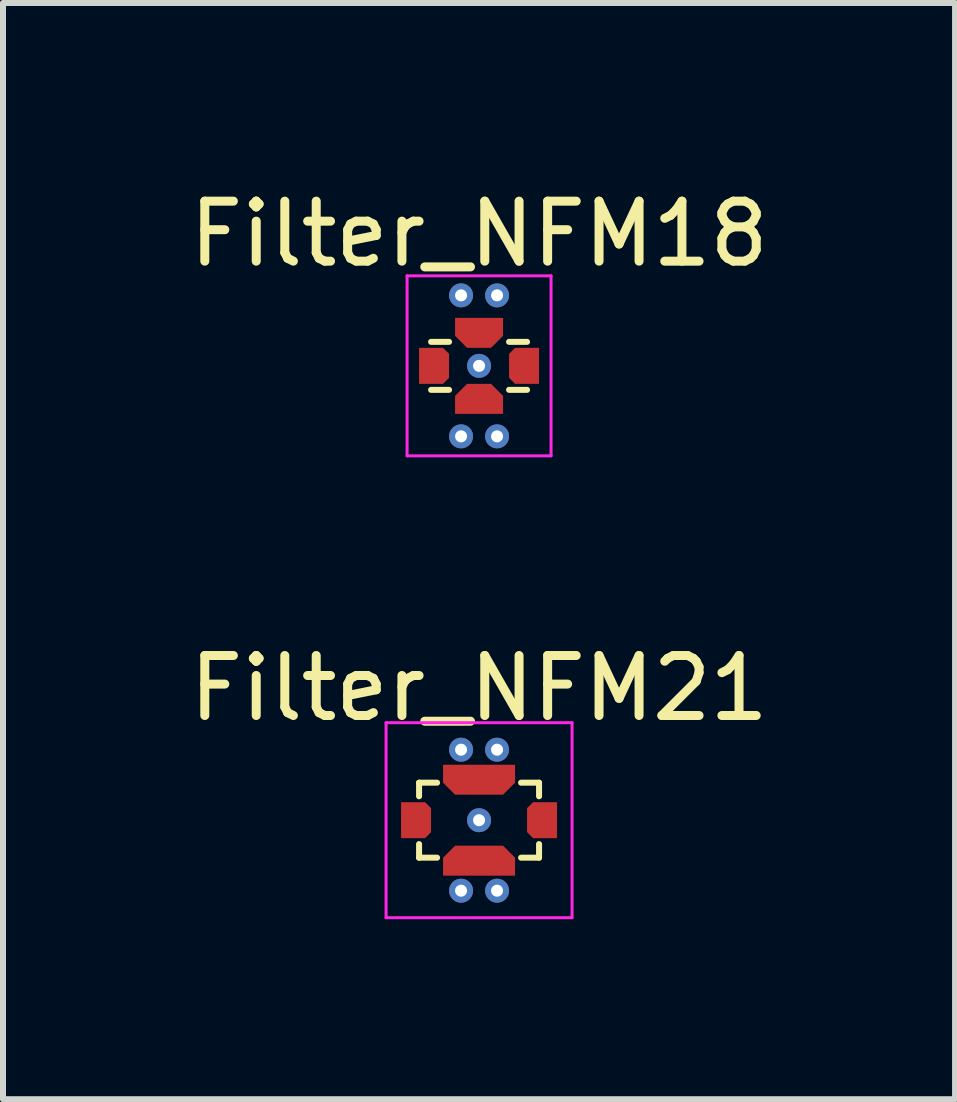
<source format=kicad_pcb>
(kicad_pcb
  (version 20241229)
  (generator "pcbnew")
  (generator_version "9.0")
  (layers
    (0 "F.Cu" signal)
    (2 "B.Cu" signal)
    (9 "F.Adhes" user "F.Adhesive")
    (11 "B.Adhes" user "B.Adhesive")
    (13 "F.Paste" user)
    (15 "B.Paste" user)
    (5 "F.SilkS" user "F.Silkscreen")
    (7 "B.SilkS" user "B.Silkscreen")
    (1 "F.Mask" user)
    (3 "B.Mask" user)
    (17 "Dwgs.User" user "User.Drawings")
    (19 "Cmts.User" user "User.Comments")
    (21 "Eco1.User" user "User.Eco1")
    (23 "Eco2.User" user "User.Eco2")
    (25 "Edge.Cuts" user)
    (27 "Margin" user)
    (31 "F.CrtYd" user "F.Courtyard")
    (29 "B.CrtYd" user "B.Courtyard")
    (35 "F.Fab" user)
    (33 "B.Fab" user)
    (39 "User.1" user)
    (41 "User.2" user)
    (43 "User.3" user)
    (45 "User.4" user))
  (footprint "Filter_NFM18"
    (layer "F.Cu")
    (at 4.935 3.048)
    (property "Reference" "Filter_NFM18" (at 0 -2.2 0) (layer "F.SilkS") (effects (font (size 1 1) (thickness 0.15))))
    (attr through_hole)
    (fp_line (start -0.8 0.4) (end -0.5 0.4) (stroke (width 0.1) (type solid)) (layer "F.SilkS"))
    (fp_line (start -0.5 -0.4) (end -0.8 -0.4) (stroke (width 0.1) (type solid)) (layer "F.SilkS"))
    (fp_line (start 0.5 -0.4) (end 0.8 -0.4) (stroke (width 0.1) (type solid)) (layer "F.SilkS"))
    (fp_line (start 0.5 0.4) (end 0.8 0.4) (stroke (width 0.1) (type solid)) (layer "F.SilkS"))
    (fp_line (start -1.2 -1.5) (end 1.2 -1.5) (stroke (width 0.05) (type solid)) (layer "F.CrtYd"))
    (fp_line (start -1.2 1.5) (end -1.2 -1.5) (stroke (width 0.05) (type solid)) (layer "F.CrtYd"))
    (fp_line (start 1.2 -1.5) (end 1.2 1.5) (stroke (width 0.05) (type solid)) (layer "F.CrtYd"))
    (fp_line (start 1.2 1.5) (end -1.2 1.5) (stroke (width 0.05) (type solid)) (layer "F.CrtYd"))
    (pad "1" smd custom (at -0.75 0) (size 0.4 0.4) (layers "F.Cu" "F.Mask" "F.Paste") (options (anchor rect)) (primitives (gr_poly (pts (xy 0.15 0.3) (xy -0.25 0.3) (xy -0.25 -0.3) (xy 0.15 -0.3) (xy 0.25 -0.2) (xy 0.25 0.2)) (width 0) (fill yes))))
    (pad "2" thru_hole circle (at -0.3 -1.175) (size 0.4 0.4) (drill 0.2) (layers "*.Cu"))
    (pad "2" thru_hole circle (at -0.3 1.175) (size 0.4 0.4) (drill 0.2) (layers "*.Cu"))
    (pad "2" smd custom (at 0 -0.55) (size 0.4 0.4) (layers "F.Cu" "F.Mask" "F.Paste") (options (anchor rect)) (primitives (gr_poly (pts (xy 0.2 0.25) (xy -0.2 0.25) (xy -0.4 0.05) (xy -0.4 -0.25) (xy 0.4 -0.25) (xy 0.4 0.05)) (width 0) (fill yes))))
    (pad "2" thru_hole circle (at 0 0) (size 0.4 0.4) (drill 0.2) (layers "*.Cu"))
    (pad "2" smd custom (at 0 0.55) (size 0.4 0.4) (layers "F.Cu" "F.Mask" "F.Paste") (options (anchor rect)) (primitives (gr_poly (pts (xy -0.2 -0.25) (xy 0.2 -0.25) (xy 0.4 -0.05) (xy 0.4 0.25) (xy -0.4 0.25) (xy -0.4 -0.05)) (width 0) (fill yes))))
    (pad "2" thru_hole circle (at 0.3 -1.175) (size 0.4 0.4) (drill 0.2) (layers "*.Cu"))
    (pad "2" thru_hole circle (at 0.3 1.175) (size 0.4 0.4) (drill 0.2) (layers "*.Cu"))
    (pad "3" smd custom (at 0.75 0) (size 0.4 0.4) (layers "F.Cu" "F.Mask" "F.Paste") (options (anchor rect)) (primitives (gr_poly (pts (xy -0.15 -0.3) (xy 0.25 -0.3) (xy 0.25 0.3) (xy -0.15 0.3) (xy -0.25 0.2) (xy -0.25 -0.2)) (width 0) (fill yes)))))
  (footprint "Filter_NFM21"
    (layer "F.Cu")
    (at 4.935 10.621)
    (property "Reference" "Filter_NFM21" (at 0 -2.2 0) (layer "F.SilkS") (effects (font (size 1 1) (thickness 0.15))))
    (attr through_hole)
    (fp_line (start -1 -0.625) (end -1 -0.398) (stroke (width 0.1) (type solid)) (layer "F.SilkS"))
    (fp_line (start -1 0.398) (end -1 0.625) (stroke (width 0.1) (type solid)) (layer "F.SilkS"))
    (fp_line (start -1 0.625) (end -0.7 0.625) (stroke (width 0.1) (type solid)) (layer "F.SilkS"))
    (fp_line (start -0.7 -0.625) (end -1 -0.625) (stroke (width 0.1) (type solid)) (layer "F.SilkS"))
    (fp_line (start 0.7 -0.625) (end 1 -0.625) (stroke (width 0.1) (type solid)) (layer "F.SilkS"))
    (fp_line (start 0.7 0.625) (end 1 0.625) (stroke (width 0.1) (type solid)) (layer "F.SilkS"))
    (fp_line (start 1 -0.625) (end 1 -0.398) (stroke (width 0.1) (type solid)) (layer "F.SilkS"))
    (fp_line (start 1 0.398) (end 1 0.625) (stroke (width 0.1) (type solid)) (layer "F.SilkS"))
    (fp_line (start -1.55 -1.625) (end 1.55 -1.625) (stroke (width 0.05) (type solid)) (layer "F.CrtYd"))
    (fp_line (start -1.55 1.625) (end -1.55 -1.625) (stroke (width 0.05) (type solid)) (layer "F.CrtYd"))
    (fp_line (start 1.55 -1.625) (end 1.55 1.625) (stroke (width 0.05) (type solid)) (layer "F.CrtYd"))
    (fp_line (start 1.55 1.625) (end -1.55 1.625) (stroke (width 0.05) (type solid)) (layer "F.CrtYd"))
    (pad "1" smd custom (at -1.05 0) (size 0.4 0.4) (layers "F.Cu" "F.Mask" "F.Paste") (options (anchor rect)) (primitives (gr_poly (pts (xy 0.15 0.3) (xy -0.25 0.3) (xy -0.25 -0.3) (xy 0.15 -0.3) (xy 0.25 -0.2) (xy 0.25 0.2)) (width 0) (fill yes))))
    (pad "2" thru_hole circle (at -0.3 -1.175) (size 0.4 0.4) (drill 0.2) (layers "*.Cu"))
    (pad "2" thru_hole circle (at -0.3 1.175) (size 0.4 0.4) (drill 0.2) (layers "*.Cu"))
    (pad "2" smd custom (at 0 -0.675) (size 0.5 0.5) (layers "F.Cu" "F.Mask" "F.Paste") (options (anchor rect)) (primitives (gr_poly (pts (xy 0.4 0.25) (xy -0.4 0.25) (xy -0.6 0.05) (xy -0.6 -0.25) (xy 0.6 -0.25) (xy 0.6 0.05)) (width 0) (fill yes))))
    (pad "2" thru_hole circle (at 0 0) (size 0.4 0.4) (drill 0.2) (layers "*.Cu"))
    (pad "2" smd custom (at 0 0.675) (size 0.5 0.5) (layers "F.Cu" "F.Mask" "F.Paste") (options (anchor rect)) (primitives (gr_poly (pts (xy -0.4 -0.25) (xy 0.4 -0.25) (xy 0.6 -0.05) (xy 0.6 0.25) (xy -0.6 0.25) (xy -0.6 -0.05)) (width 0) (fill yes))))
    (pad "2" thru_hole circle (at 0.3 -1.175) (size 0.4 0.4) (drill 0.2) (layers "*.Cu"))
    (pad "2" thru_hole circle (at 0.3 1.175) (size 0.4 0.4) (drill 0.2) (layers "*.Cu"))
    (pad "3" smd custom (at 1.05 0) (size 0.4 0.4) (layers "F.Cu" "F.Mask" "F.Paste") (options (anchor rect)) (primitives (gr_poly (pts (xy -0.15 -0.3) (xy 0.25 -0.3) (xy 0.25 0.3) (xy -0.15 0.3) (xy -0.25 0.2) (xy -0.25 -0.2)) (width 0) (fill yes)))))
  (gr_rect
    (start -3 -3)
    (end 12.869 15.271)
    (stroke (width 0.1) (type default))
    (fill no)
    (layer "Edge.Cuts")))
</source>
